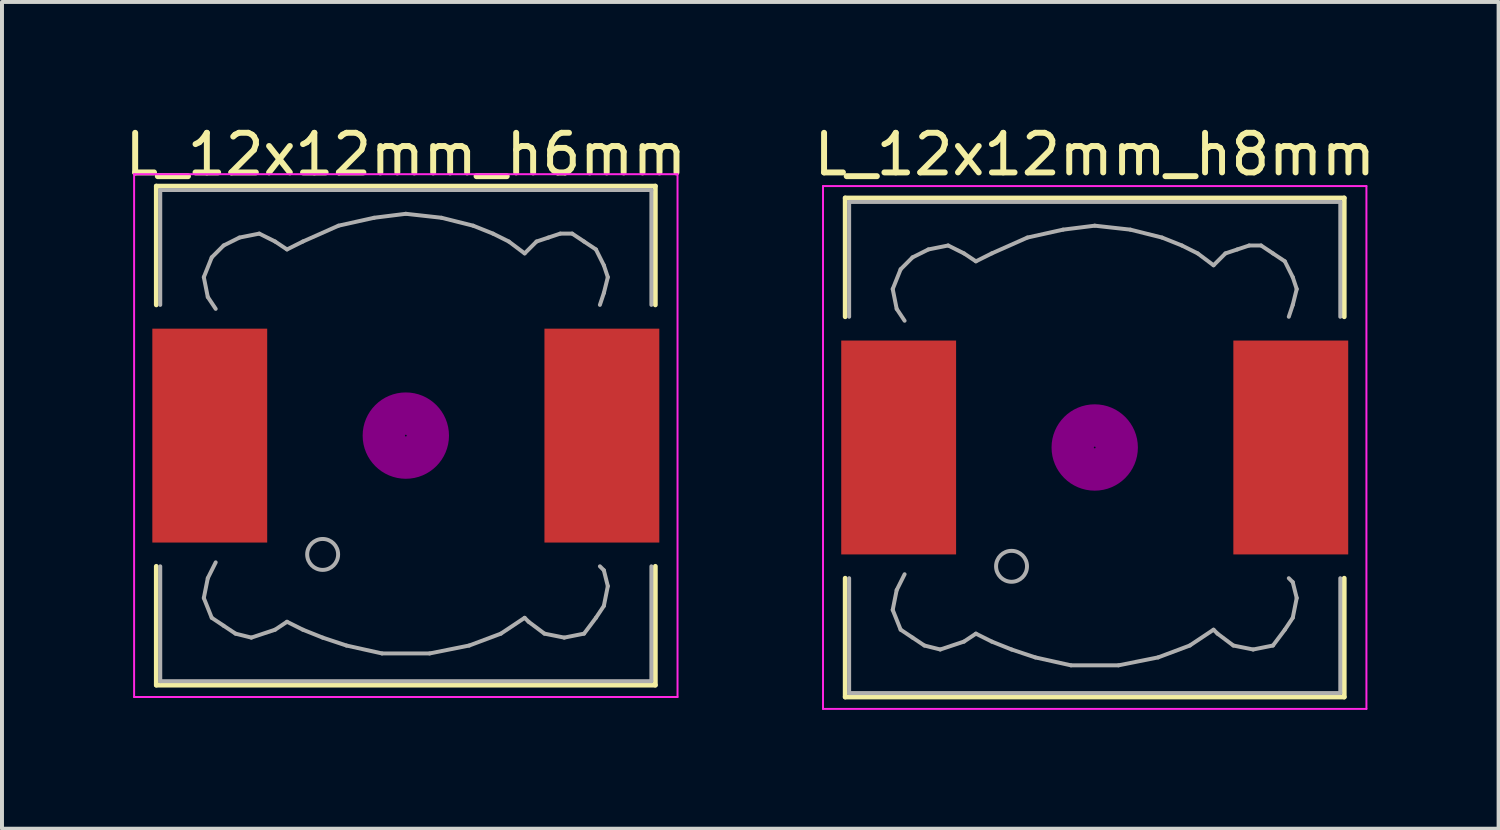
<source format=kicad_pcb>
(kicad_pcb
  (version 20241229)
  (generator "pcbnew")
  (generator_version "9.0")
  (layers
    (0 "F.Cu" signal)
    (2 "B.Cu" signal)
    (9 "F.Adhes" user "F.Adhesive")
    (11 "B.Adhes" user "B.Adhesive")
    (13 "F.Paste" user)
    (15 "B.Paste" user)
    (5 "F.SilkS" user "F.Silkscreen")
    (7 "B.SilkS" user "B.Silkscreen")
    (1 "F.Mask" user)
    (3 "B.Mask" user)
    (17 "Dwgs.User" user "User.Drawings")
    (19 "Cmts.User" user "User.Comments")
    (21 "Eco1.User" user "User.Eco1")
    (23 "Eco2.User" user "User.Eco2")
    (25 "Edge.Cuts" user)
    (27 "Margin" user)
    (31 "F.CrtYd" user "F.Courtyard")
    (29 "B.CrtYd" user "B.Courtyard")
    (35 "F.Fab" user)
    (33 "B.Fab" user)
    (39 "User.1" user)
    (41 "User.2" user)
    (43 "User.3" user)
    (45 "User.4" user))
  (footprint "L_12x12mm_h8mm"
    (layer "F.Cu")
    (at 24.589 8.248)
    (property "Reference" "L_12x12mm_h8mm" (at 0 -7.4 0) (layer "F.SilkS") (effects (font (size 1 1) (thickness 0.15))))
    (attr smd)
    (fp_line (start -6.3 -6.3) (end 6.3 -6.3) (stroke (width 0.12) (type solid)) (layer "F.SilkS"))
    (fp_line (start -6.3 -3.3) (end -6.3 -6.3) (stroke (width 0.12) (type solid)) (layer "F.SilkS"))
    (fp_line (start -6.3 6.3) (end -6.3 3.3) (stroke (width 0.12) (type solid)) (layer "F.SilkS"))
    (fp_line (start 6.3 -6.3) (end 6.3 -3.3) (stroke (width 0.12) (type solid)) (layer "F.SilkS"))
    (fp_line (start 6.3 3.3) (end 6.3 6.3) (stroke (width 0.12) (type solid)) (layer "F.SilkS"))
    (fp_line (start 6.3 6.3) (end -6.3 6.3) (stroke (width 0.12) (type solid)) (layer "F.SilkS"))
    (fp_circle (center 0 0) (end 0.15 0.15) (stroke (width 0.38) (type solid)) (fill no) (layer "F.Adhes"))
    (fp_circle (center 0 0) (end 0.55 0) (stroke (width 0.38) (type solid)) (fill no) (layer "F.Adhes"))
    (fp_circle (center 0 0) (end 0.9 0) (stroke (width 0.38) (type solid)) (fill no) (layer "F.Adhes"))
    (fp_line (start -6.86 -6.6) (end 6.86 -6.6) (stroke (width 0.05) (type solid)) (layer "F.CrtYd"))
    (fp_line (start -6.86 6.6) (end -6.86 -6.6) (stroke (width 0.05) (type solid)) (layer "F.CrtYd"))
    (fp_line (start 6.86 -6.6) (end 6.86 6.6) (stroke (width 0.05) (type solid)) (layer "F.CrtYd"))
    (fp_line (start 6.86 6.6) (end -6.86 6.6) (stroke (width 0.05) (type solid)) (layer "F.CrtYd"))
    (fp_line (start -6.2 -6.2) (end -6.2 -3.3) (stroke (width 0.1) (type solid)) (layer "F.Fab"))
    (fp_line (start -6.2 3.3) (end -6.2 6.2) (stroke (width 0.1) (type solid)) (layer "F.Fab"))
    (fp_line (start -6.2 6.2) (end 6.2 6.2) (stroke (width 0.1) (type solid)) (layer "F.Fab"))
    (fp_line (start -5.1 -4) (end -5 -3.5) (stroke (width 0.1) (type solid)) (layer "F.Fab"))
    (fp_line (start -5.1 4.1) (end -5 3.6) (stroke (width 0.1) (type solid)) (layer "F.Fab"))
    (fp_line (start -5 -3.5) (end -4.8 -3.2) (stroke (width 0.1) (type solid)) (layer "F.Fab"))
    (fp_line (start -5 3.6) (end -4.8 3.2) (stroke (width 0.1) (type solid)) (layer "F.Fab"))
    (fp_line (start -4.9 -4.5) (end -5.1 -4) (stroke (width 0.1) (type solid)) (layer "F.Fab"))
    (fp_line (start -4.9 4.6) (end -5.1 4.1) (stroke (width 0.1) (type solid)) (layer "F.Fab"))
    (fp_line (start -4.6 -4.8) (end -4.9 -4.5) (stroke (width 0.1) (type solid)) (layer "F.Fab"))
    (fp_line (start -4.6 4.8) (end -4.9 4.6) (stroke (width 0.1) (type solid)) (layer "F.Fab"))
    (fp_line (start -4.3 5) (end -4.6 4.8) (stroke (width 0.1) (type solid)) (layer "F.Fab"))
    (fp_line (start -4.2 -5) (end -4.6 -4.8) (stroke (width 0.1) (type solid)) (layer "F.Fab"))
    (fp_line (start -3.9 5.1) (end -4.3 5) (stroke (width 0.1) (type solid)) (layer "F.Fab"))
    (fp_line (start -3.7 -5.1) (end -4.2 -5) (stroke (width 0.1) (type solid)) (layer "F.Fab"))
    (fp_line (start -3.3 -4.9) (end -3.7 -5.1) (stroke (width 0.1) (type solid)) (layer "F.Fab"))
    (fp_line (start -3.3 4.9) (end -3.9 5.1) (stroke (width 0.1) (type solid)) (layer "F.Fab"))
    (fp_line (start -3 -4.7) (end -3.3 -4.9) (stroke (width 0.1) (type solid)) (layer "F.Fab"))
    (fp_line (start -3 4.7) (end -3.3 4.9) (stroke (width 0.1) (type solid)) (layer "F.Fab"))
    (fp_line (start -2.6 -4.9) (end -3 -4.7) (stroke (width 0.1) (type solid)) (layer "F.Fab"))
    (fp_line (start -2.6 4.9) (end -3 4.7) (stroke (width 0.1) (type solid)) (layer "F.Fab"))
    (fp_line (start -2.1 5.1) (end -2.6 4.9) (stroke (width 0.1) (type solid)) (layer "F.Fab"))
    (fp_line (start -1.7 -5.3) (end -2.6 -4.9) (stroke (width 0.1) (type solid)) (layer "F.Fab"))
    (fp_line (start -1.5 5.3) (end -2.1 5.1) (stroke (width 0.1) (type solid)) (layer "F.Fab"))
    (fp_line (start -0.8 -5.5) (end -1.7 -5.3) (stroke (width 0.1) (type solid)) (layer "F.Fab"))
    (fp_line (start -0.6 5.5) (end -1.5 5.3) (stroke (width 0.1) (type solid)) (layer "F.Fab"))
    (fp_line (start 0 -5.6) (end -0.8 -5.5) (stroke (width 0.1) (type solid)) (layer "F.Fab"))
    (fp_line (start 0.6 5.5) (end -0.6 5.5) (stroke (width 0.1) (type solid)) (layer "F.Fab"))
    (fp_line (start 0.9 -5.5) (end 0 -5.6) (stroke (width 0.1) (type solid)) (layer "F.Fab"))
    (fp_line (start 1.6 5.3) (end 0.6 5.5) (stroke (width 0.1) (type solid)) (layer "F.Fab"))
    (fp_line (start 1.7 -5.3) (end 0.9 -5.5) (stroke (width 0.1) (type solid)) (layer "F.Fab"))
    (fp_line (start 2.2 -5.1) (end 1.7 -5.3) (stroke (width 0.1) (type solid)) (layer "F.Fab"))
    (fp_line (start 2.4 5) (end 1.6 5.3) (stroke (width 0.1) (type solid)) (layer "F.Fab"))
    (fp_line (start 2.6 -4.9) (end 2.2 -5.1) (stroke (width 0.1) (type solid)) (layer "F.Fab"))
    (fp_line (start 3 -4.6) (end 2.6 -4.9) (stroke (width 0.1) (type solid)) (layer "F.Fab"))
    (fp_line (start 3 4.6) (end 2.4 5) (stroke (width 0.1) (type solid)) (layer "F.Fab"))
    (fp_line (start 3.1 4.7) (end 3 4.6) (stroke (width 0.1) (type solid)) (layer "F.Fab"))
    (fp_line (start 3.3 -4.9) (end 3 -4.6) (stroke (width 0.1) (type solid)) (layer "F.Fab"))
    (fp_line (start 3.5 5) (end 3.1 4.7) (stroke (width 0.1) (type solid)) (layer "F.Fab"))
    (fp_line (start 3.6 -5) (end 3.3 -4.9) (stroke (width 0.1) (type solid)) (layer "F.Fab"))
    (fp_line (start 3.9 -5.1) (end 3.6 -5) (stroke (width 0.1) (type solid)) (layer "F.Fab"))
    (fp_line (start 4 5.1) (end 3.5 5) (stroke (width 0.1) (type solid)) (layer "F.Fab"))
    (fp_line (start 4.2 -5.1) (end 3.9 -5.1) (stroke (width 0.1) (type solid)) (layer "F.Fab"))
    (fp_line (start 4.5 -4.9) (end 4.2 -5.1) (stroke (width 0.1) (type solid)) (layer "F.Fab"))
    (fp_line (start 4.5 5) (end 4 5.1) (stroke (width 0.1) (type solid)) (layer "F.Fab"))
    (fp_line (start 4.8 -4.7) (end 4.5 -4.9) (stroke (width 0.1) (type solid)) (layer "F.Fab"))
    (fp_line (start 4.8 4.6) (end 4.5 5) (stroke (width 0.1) (type solid)) (layer "F.Fab"))
    (fp_line (start 4.9 -3.3) (end 5 -3.6) (stroke (width 0.1) (type solid)) (layer "F.Fab"))
    (fp_line (start 4.9 3.3) (end 5 3.4) (stroke (width 0.1) (type solid)) (layer "F.Fab"))
    (fp_line (start 5 -4.3) (end 4.8 -4.7) (stroke (width 0.1) (type solid)) (layer "F.Fab"))
    (fp_line (start 5 -3.6) (end 5.1 -4) (stroke (width 0.1) (type solid)) (layer "F.Fab"))
    (fp_line (start 5 3.4) (end 5.1 3.8) (stroke (width 0.1) (type solid)) (layer "F.Fab"))
    (fp_line (start 5 4.3) (end 4.8 4.6) (stroke (width 0.1) (type solid)) (layer "F.Fab"))
    (fp_line (start 5.1 -4) (end 5 -4.3) (stroke (width 0.1) (type solid)) (layer "F.Fab"))
    (fp_line (start 5.1 3.8) (end 5 4.3) (stroke (width 0.1) (type solid)) (layer "F.Fab"))
    (fp_line (start 6.2 -6.2) (end -6.2 -6.2) (stroke (width 0.1) (type solid)) (layer "F.Fab"))
    (fp_line (start 6.2 -6.2) (end 6.2 -3.3) (stroke (width 0.1) (type solid)) (layer "F.Fab"))
    (fp_line (start 6.2 6.2) (end 6.2 3.3) (stroke (width 0.1) (type solid)) (layer "F.Fab"))
    (fp_circle (center -2.1 3) (end -1.8 3.25) (stroke (width 0.1) (type solid)) (fill no) (layer "F.Fab"))
    (pad "1" smd rect (at -4.95 0) (size 2.9 5.4) (layers "F.Cu" "F.Mask" "F.Paste"))
    (pad "2" smd rect (at 4.95 0) (size 2.9 5.4) (layers "F.Cu" "F.Mask" "F.Paste")))
  (footprint "L_12x12mm_h6mm"
    (layer "F.Cu")
    (at 7.196 7.948)
    (property "Reference" "L_12x12mm_h6mm" (at 0 -7.1 0) (layer "F.SilkS") (effects (font (size 1 1) (thickness 0.15))))
    (attr smd)
    (fp_line (start -6.3 -6.3) (end 6.3 -6.3) (stroke (width 0.12) (type solid)) (layer "F.SilkS"))
    (fp_line (start -6.3 -3.3) (end -6.3 -6.3) (stroke (width 0.12) (type solid)) (layer "F.SilkS"))
    (fp_line (start -6.3 6.3) (end -6.3 3.3) (stroke (width 0.12) (type solid)) (layer "F.SilkS"))
    (fp_line (start 6.3 -6.3) (end 6.3 -3.3) (stroke (width 0.12) (type solid)) (layer "F.SilkS"))
    (fp_line (start 6.3 3.3) (end 6.3 6.3) (stroke (width 0.12) (type solid)) (layer "F.SilkS"))
    (fp_line (start 6.3 6.3) (end -6.3 6.3) (stroke (width 0.12) (type solid)) (layer "F.SilkS"))
    (fp_circle (center 0 0) (end 0.15 0.15) (stroke (width 0.38) (type solid)) (fill no) (layer "F.Adhes"))
    (fp_circle (center 0 0) (end 0.55 0) (stroke (width 0.38) (type solid)) (fill no) (layer "F.Adhes"))
    (fp_circle (center 0 0) (end 0.9 0) (stroke (width 0.38) (type solid)) (fill no) (layer "F.Adhes"))
    (fp_line (start -6.86 -6.6) (end 6.86 -6.6) (stroke (width 0.05) (type solid)) (layer "F.CrtYd"))
    (fp_line (start -6.86 6.6) (end -6.86 -6.6) (stroke (width 0.05) (type solid)) (layer "F.CrtYd"))
    (fp_line (start 6.86 -6.6) (end 6.86 6.6) (stroke (width 0.05) (type solid)) (layer "F.CrtYd"))
    (fp_line (start 6.86 6.6) (end -6.86 6.6) (stroke (width 0.05) (type solid)) (layer "F.CrtYd"))
    (fp_line (start -6.2 -6.2) (end -6.2 -3.3) (stroke (width 0.1) (type solid)) (layer "F.Fab"))
    (fp_line (start -6.2 3.3) (end -6.2 6.2) (stroke (width 0.1) (type solid)) (layer "F.Fab"))
    (fp_line (start -6.2 6.2) (end 6.2 6.2) (stroke (width 0.1) (type solid)) (layer "F.Fab"))
    (fp_line (start -5.1 -4) (end -5 -3.5) (stroke (width 0.1) (type solid)) (layer "F.Fab"))
    (fp_line (start -5.1 4.1) (end -5 3.6) (stroke (width 0.1) (type solid)) (layer "F.Fab"))
    (fp_line (start -5 -3.5) (end -4.8 -3.2) (stroke (width 0.1) (type solid)) (layer "F.Fab"))
    (fp_line (start -5 3.6) (end -4.8 3.2) (stroke (width 0.1) (type solid)) (layer "F.Fab"))
    (fp_line (start -4.9 -4.5) (end -5.1 -4) (stroke (width 0.1) (type solid)) (layer "F.Fab"))
    (fp_line (start -4.9 4.6) (end -5.1 4.1) (stroke (width 0.1) (type solid)) (layer "F.Fab"))
    (fp_line (start -4.6 -4.8) (end -4.9 -4.5) (stroke (width 0.1) (type solid)) (layer "F.Fab"))
    (fp_line (start -4.6 4.8) (end -4.9 4.6) (stroke (width 0.1) (type solid)) (layer "F.Fab"))
    (fp_line (start -4.3 5) (end -4.6 4.8) (stroke (width 0.1) (type solid)) (layer "F.Fab"))
    (fp_line (start -4.2 -5) (end -4.6 -4.8) (stroke (width 0.1) (type solid)) (layer "F.Fab"))
    (fp_line (start -3.9 5.1) (end -4.3 5) (stroke (width 0.1) (type solid)) (layer "F.Fab"))
    (fp_line (start -3.7 -5.1) (end -4.2 -5) (stroke (width 0.1) (type solid)) (layer "F.Fab"))
    (fp_line (start -3.3 -4.9) (end -3.7 -5.1) (stroke (width 0.1) (type solid)) (layer "F.Fab"))
    (fp_line (start -3.3 4.9) (end -3.9 5.1) (stroke (width 0.1) (type solid)) (layer "F.Fab"))
    (fp_line (start -3 -4.7) (end -3.3 -4.9) (stroke (width 0.1) (type solid)) (layer "F.Fab"))
    (fp_line (start -3 4.7) (end -3.3 4.9) (stroke (width 0.1) (type solid)) (layer "F.Fab"))
    (fp_line (start -2.6 -4.9) (end -3 -4.7) (stroke (width 0.1) (type solid)) (layer "F.Fab"))
    (fp_line (start -2.6 4.9) (end -3 4.7) (stroke (width 0.1) (type solid)) (layer "F.Fab"))
    (fp_line (start -2.1 5.1) (end -2.6 4.9) (stroke (width 0.1) (type solid)) (layer "F.Fab"))
    (fp_line (start -1.7 -5.3) (end -2.6 -4.9) (stroke (width 0.1) (type solid)) (layer "F.Fab"))
    (fp_line (start -1.5 5.3) (end -2.1 5.1) (stroke (width 0.1) (type solid)) (layer "F.Fab"))
    (fp_line (start -0.8 -5.5) (end -1.7 -5.3) (stroke (width 0.1) (type solid)) (layer "F.Fab"))
    (fp_line (start -0.6 5.5) (end -1.5 5.3) (stroke (width 0.1) (type solid)) (layer "F.Fab"))
    (fp_line (start 0 -5.6) (end -0.8 -5.5) (stroke (width 0.1) (type solid)) (layer "F.Fab"))
    (fp_line (start 0.6 5.5) (end -0.6 5.5) (stroke (width 0.1) (type solid)) (layer "F.Fab"))
    (fp_line (start 0.9 -5.5) (end 0 -5.6) (stroke (width 0.1) (type solid)) (layer "F.Fab"))
    (fp_line (start 1.6 5.3) (end 0.6 5.5) (stroke (width 0.1) (type solid)) (layer "F.Fab"))
    (fp_line (start 1.7 -5.3) (end 0.9 -5.5) (stroke (width 0.1) (type solid)) (layer "F.Fab"))
    (fp_line (start 2.2 -5.1) (end 1.7 -5.3) (stroke (width 0.1) (type solid)) (layer "F.Fab"))
    (fp_line (start 2.4 5) (end 1.6 5.3) (stroke (width 0.1) (type solid)) (layer "F.Fab"))
    (fp_line (start 2.6 -4.9) (end 2.2 -5.1) (stroke (width 0.1) (type solid)) (layer "F.Fab"))
    (fp_line (start 3 -4.6) (end 2.6 -4.9) (stroke (width 0.1) (type solid)) (layer "F.Fab"))
    (fp_line (start 3 4.6) (end 2.4 5) (stroke (width 0.1) (type solid)) (layer "F.Fab"))
    (fp_line (start 3.1 4.7) (end 3 4.6) (stroke (width 0.1) (type solid)) (layer "F.Fab"))
    (fp_line (start 3.3 -4.9) (end 3 -4.6) (stroke (width 0.1) (type solid)) (layer "F.Fab"))
    (fp_line (start 3.5 5) (end 3.1 4.7) (stroke (width 0.1) (type solid)) (layer "F.Fab"))
    (fp_line (start 3.6 -5) (end 3.3 -4.9) (stroke (width 0.1) (type solid)) (layer "F.Fab"))
    (fp_line (start 3.9 -5.1) (end 3.6 -5) (stroke (width 0.1) (type solid)) (layer "F.Fab"))
    (fp_line (start 4 5.1) (end 3.5 5) (stroke (width 0.1) (type solid)) (layer "F.Fab"))
    (fp_line (start 4.2 -5.1) (end 3.9 -5.1) (stroke (width 0.1) (type solid)) (layer "F.Fab"))
    (fp_line (start 4.5 -4.9) (end 4.2 -5.1) (stroke (width 0.1) (type solid)) (layer "F.Fab"))
    (fp_line (start 4.5 5) (end 4 5.1) (stroke (width 0.1) (type solid)) (layer "F.Fab"))
    (fp_line (start 4.8 -4.7) (end 4.5 -4.9) (stroke (width 0.1) (type solid)) (layer "F.Fab"))
    (fp_line (start 4.8 4.6) (end 4.5 5) (stroke (width 0.1) (type solid)) (layer "F.Fab"))
    (fp_line (start 4.9 -3.3) (end 5 -3.6) (stroke (width 0.1) (type solid)) (layer "F.Fab"))
    (fp_line (start 4.9 3.3) (end 5 3.4) (stroke (width 0.1) (type solid)) (layer "F.Fab"))
    (fp_line (start 5 -4.3) (end 4.8 -4.7) (stroke (width 0.1) (type solid)) (layer "F.Fab"))
    (fp_line (start 5 -3.6) (end 5.1 -4) (stroke (width 0.1) (type solid)) (layer "F.Fab"))
    (fp_line (start 5 3.4) (end 5.1 3.8) (stroke (width 0.1) (type solid)) (layer "F.Fab"))
    (fp_line (start 5 4.3) (end 4.8 4.6) (stroke (width 0.1) (type solid)) (layer "F.Fab"))
    (fp_line (start 5.1 -4) (end 5 -4.3) (stroke (width 0.1) (type solid)) (layer "F.Fab"))
    (fp_line (start 5.1 3.8) (end 5 4.3) (stroke (width 0.1) (type solid)) (layer "F.Fab"))
    (fp_line (start 6.2 -6.2) (end -6.2 -6.2) (stroke (width 0.1) (type solid)) (layer "F.Fab"))
    (fp_line (start 6.2 -6.2) (end 6.2 -3.3) (stroke (width 0.1) (type solid)) (layer "F.Fab"))
    (fp_line (start 6.2 6.2) (end 6.2 3.3) (stroke (width 0.1) (type solid)) (layer "F.Fab"))
    (fp_circle (center -2.1 3) (end -1.8 3.25) (stroke (width 0.1) (type solid)) (fill no) (layer "F.Fab"))
    (pad "1" smd rect (at -4.95 0) (size 2.9 5.4) (layers "F.Cu" "F.Mask" "F.Paste"))
    (pad "2" smd rect (at 4.95 0) (size 2.9 5.4) (layers "F.Cu" "F.Mask" "F.Paste")))
  (gr_rect
    (start -3 -3)
    (end 34.786 17.873)
    (stroke (width 0.1) (type default))
    (fill no)
    (layer "Edge.Cuts")))
</source>
